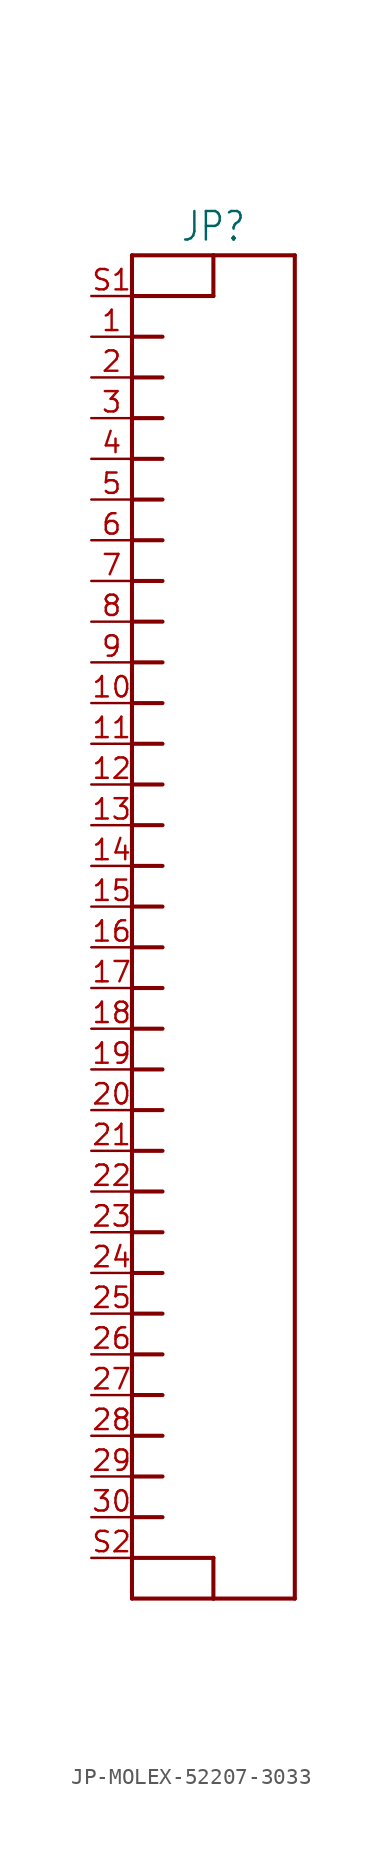
<source format=kicad_sym>
(kicad_symbol_lib
  (version 20231120)
  (generator "kicad_symbol_editor")
  (generator_version "8.0")
  (symbol "JP-MOLEX-52207-3033"
    (property "Reference" "JP"
      (at 2.54 41.402 0)
      (effects (font (size 1.778 1.511)) (justify bottom)))
    (property "Value" ""
      (at 2.54 -43.942 0)
      (effects (font (size 1.778 1.511)) (justify top)))
    (property "ki_locked" ""
      (at 0 0 0)
      (effects (font (size 1.27 1.27))))
    (symbol "JP-MOLEX-52207-3033_1_0"
      (polyline (pts (xy -2.54 -43.18) (xy -2.54 -40.64)) (stroke (width 0.254) (type solid)) (fill (type none)))
      (polyline (pts (xy -2.54 -40.64) (xy -2.54 -38.1)) (stroke (width 0.254) (type solid)) (fill (type none)))
      (polyline (pts (xy -2.54 -40.64) (xy 2.54 -40.64)) (stroke (width 0.254) (type solid)) (fill (type none)))
      (polyline (pts (xy -2.54 -38.1) (xy -2.54 -35.56)) (stroke (width 0.254) (type solid)) (fill (type none)))
      (polyline (pts (xy -2.54 -38.1) (xy -0.635 -38.1)) (stroke (width 0.254) (type solid)) (fill (type none)))
      (polyline (pts (xy -2.54 -35.56) (xy -2.54 -33.02)) (stroke (width 0.254) (type solid)) (fill (type none)))
      (polyline (pts (xy -2.54 -35.56) (xy -0.635 -35.56)) (stroke (width 0.254) (type solid)) (fill (type none)))
      (polyline (pts (xy -2.54 -33.02) (xy -2.54 -30.48)) (stroke (width 0.254) (type solid)) (fill (type none)))
      (polyline (pts (xy -2.54 -33.02) (xy -0.635 -33.02)) (stroke (width 0.254) (type solid)) (fill (type none)))
      (polyline (pts (xy -2.54 -30.48) (xy -2.54 -27.94)) (stroke (width 0.254) (type solid)) (fill (type none)))
      (polyline (pts (xy -2.54 -30.48) (xy -0.635 -30.48)) (stroke (width 0.254) (type solid)) (fill (type none)))
      (polyline (pts (xy -2.54 -27.94) (xy -2.54 -25.4)) (stroke (width 0.254) (type solid)) (fill (type none)))
      (polyline (pts (xy -2.54 -27.94) (xy -0.635 -27.94)) (stroke (width 0.254) (type solid)) (fill (type none)))
      (polyline (pts (xy -2.54 -25.4) (xy -2.54 -22.86)) (stroke (width 0.254) (type solid)) (fill (type none)))
      (polyline (pts (xy -2.54 -25.4) (xy -0.635 -25.4)) (stroke (width 0.254) (type solid)) (fill (type none)))
      (polyline (pts (xy -2.54 -22.86) (xy -2.54 -20.32)) (stroke (width 0.254) (type solid)) (fill (type none)))
      (polyline (pts (xy -2.54 -22.86) (xy -0.635 -22.86)) (stroke (width 0.254) (type solid)) (fill (type none)))
      (polyline (pts (xy -2.54 -20.32) (xy -2.54 -17.78)) (stroke (width 0.254) (type solid)) (fill (type none)))
      (polyline (pts (xy -2.54 -20.32) (xy -0.635 -20.32)) (stroke (width 0.254) (type solid)) (fill (type none)))
      (polyline (pts (xy -2.54 -17.78) (xy -2.54 -15.24)) (stroke (width 0.254) (type solid)) (fill (type none)))
      (polyline (pts (xy -2.54 -17.78) (xy -0.635 -17.78)) (stroke (width 0.254) (type solid)) (fill (type none)))
      (polyline (pts (xy -2.54 -15.24) (xy -2.54 -12.7)) (stroke (width 0.254) (type solid)) (fill (type none)))
      (polyline (pts (xy -2.54 -15.24) (xy -0.635 -15.24)) (stroke (width 0.254) (type solid)) (fill (type none)))
      (polyline (pts (xy -2.54 -12.7) (xy -2.54 -10.16)) (stroke (width 0.254) (type solid)) (fill (type none)))
      (polyline (pts (xy -2.54 -12.7) (xy -0.635 -12.7)) (stroke (width 0.254) (type solid)) (fill (type none)))
      (polyline (pts (xy -2.54 -10.16) (xy -2.54 -7.62)) (stroke (width 0.254) (type solid)) (fill (type none)))
      (polyline (pts (xy -2.54 -10.16) (xy -0.635 -10.16)) (stroke (width 0.254) (type solid)) (fill (type none)))
      (polyline (pts (xy -2.54 -7.62) (xy -2.54 -5.08)) (stroke (width 0.254) (type solid)) (fill (type none)))
      (polyline (pts (xy -2.54 -7.62) (xy -0.635 -7.62)) (stroke (width 0.254) (type solid)) (fill (type none)))
      (polyline (pts (xy -2.54 -5.08) (xy -2.54 -2.54)) (stroke (width 0.254) (type solid)) (fill (type none)))
      (polyline (pts (xy -2.54 -5.08) (xy -0.635 -5.08)) (stroke (width 0.254) (type solid)) (fill (type none)))
      (polyline (pts (xy -2.54 -2.54) (xy -2.54 0)) (stroke (width 0.254) (type solid)) (fill (type none)))
      (polyline (pts (xy -2.54 -2.54) (xy -0.635 -2.54)) (stroke (width 0.254) (type solid)) (fill (type none)))
      (polyline (pts (xy -2.54 0) (xy -2.54 2.54)) (stroke (width 0.254) (type solid)) (fill (type none)))
      (polyline (pts (xy -2.54 0) (xy -0.635 0)) (stroke (width 0.254) (type solid)) (fill (type none)))
      (polyline (pts (xy -2.54 2.54) (xy -2.54 5.08)) (stroke (width 0.254) (type solid)) (fill (type none)))
      (polyline (pts (xy -2.54 2.54) (xy -0.635 2.54)) (stroke (width 0.254) (type solid)) (fill (type none)))
      (polyline (pts (xy -2.54 5.08) (xy -2.54 7.62)) (stroke (width 0.254) (type solid)) (fill (type none)))
      (polyline (pts (xy -2.54 5.08) (xy -0.635 5.08)) (stroke (width 0.254) (type solid)) (fill (type none)))
      (polyline (pts (xy -2.54 7.62) (xy -2.54 10.16)) (stroke (width 0.254) (type solid)) (fill (type none)))
      (polyline (pts (xy -2.54 7.62) (xy -0.635 7.62)) (stroke (width 0.254) (type solid)) (fill (type none)))
      (polyline (pts (xy -2.54 10.16) (xy -2.54 12.7)) (stroke (width 0.254) (type solid)) (fill (type none)))
      (polyline (pts (xy -2.54 10.16) (xy -0.635 10.16)) (stroke (width 0.254) (type solid)) (fill (type none)))
      (polyline (pts (xy -2.54 12.7) (xy -2.54 15.24)) (stroke (width 0.254) (type solid)) (fill (type none)))
      (polyline (pts (xy -2.54 12.7) (xy -0.635 12.7)) (stroke (width 0.254) (type solid)) (fill (type none)))
      (polyline (pts (xy -2.54 15.24) (xy -2.54 17.78)) (stroke (width 0.254) (type solid)) (fill (type none)))
      (polyline (pts (xy -2.54 15.24) (xy -0.635 15.24)) (stroke (width 0.254) (type solid)) (fill (type none)))
      (polyline (pts (xy -2.54 17.78) (xy -2.54 20.32)) (stroke (width 0.254) (type solid)) (fill (type none)))
      (polyline (pts (xy -2.54 17.78) (xy -0.635 17.78)) (stroke (width 0.254) (type solid)) (fill (type none)))
      (polyline (pts (xy -2.54 20.32) (xy -2.54 22.86)) (stroke (width 0.254) (type solid)) (fill (type none)))
      (polyline (pts (xy -2.54 20.32) (xy -0.635 20.32)) (stroke (width 0.254) (type solid)) (fill (type none)))
      (polyline (pts (xy -2.54 22.86) (xy -2.54 25.4)) (stroke (width 0.254) (type solid)) (fill (type none)))
      (polyline (pts (xy -2.54 22.86) (xy -0.635 22.86)) (stroke (width 0.254) (type solid)) (fill (type none)))
      (polyline (pts (xy -2.54 25.4) (xy -2.54 27.94)) (stroke (width 0.254) (type solid)) (fill (type none)))
      (polyline (pts (xy -2.54 25.4) (xy -0.635 25.4)) (stroke (width 0.254) (type solid)) (fill (type none)))
      (polyline (pts (xy -2.54 27.94) (xy -2.54 30.48)) (stroke (width 0.254) (type solid)) (fill (type none)))
      (polyline (pts (xy -2.54 27.94) (xy -0.635 27.94)) (stroke (width 0.254) (type solid)) (fill (type none)))
      (polyline (pts (xy -2.54 30.48) (xy -2.54 33.02)) (stroke (width 0.254) (type solid)) (fill (type none)))
      (polyline (pts (xy -2.54 30.48) (xy -0.635 30.48)) (stroke (width 0.254) (type solid)) (fill (type none)))
      (polyline (pts (xy -2.54 33.02) (xy -2.54 35.56)) (stroke (width 0.254) (type solid)) (fill (type none)))
      (polyline (pts (xy -2.54 33.02) (xy -0.635 33.02)) (stroke (width 0.254) (type solid)) (fill (type none)))
      (polyline (pts (xy -2.54 35.56) (xy -2.54 38.1)) (stroke (width 0.254) (type solid)) (fill (type none)))
      (polyline (pts (xy -2.54 35.56) (xy -0.635 35.56)) (stroke (width 0.254) (type solid)) (fill (type none)))
      (polyline (pts (xy -2.54 38.1) (xy -2.54 40.64)) (stroke (width 0.254) (type solid)) (fill (type none)))
      (polyline (pts (xy -2.54 38.1) (xy 2.54 38.1)) (stroke (width 0.254) (type solid)) (fill (type none)))
      (polyline (pts (xy -2.54 40.64) (xy 2.54 40.64)) (stroke (width 0.254) (type solid)) (fill (type none)))
      (polyline (pts (xy 2.54 -43.18) (xy -2.54 -43.18)) (stroke (width 0.254) (type solid)) (fill (type none)))
      (polyline (pts (xy 2.54 -40.64) (xy 2.54 -43.18)) (stroke (width 0.254) (type solid)) (fill (type none)))
      (polyline (pts (xy 2.54 38.1) (xy 2.54 40.64)) (stroke (width 0.254) (type solid)) (fill (type none)))
      (polyline (pts (xy 2.54 40.64) (xy 7.62 40.64)) (stroke (width 0.254) (type solid)) (fill (type none)))
      (polyline (pts (xy 7.62 -43.18) (xy 2.54 -43.18)) (stroke (width 0.254) (type solid)) (fill (type none)))
      (polyline (pts (xy 7.62 40.64) (xy 7.62 -43.18)) (stroke (width 0.254) (type solid)) (fill (type none)))
      (pin passive line (at -5.08 35.56 0) (length 2.54) (name "1" (effects (font (size 0 0)))) (number "1" (effects (font (size 1.27 1.27)))))
      (pin passive line (at -5.08 12.7 0) (length 2.54) (name "10" (effects (font (size 0 0)))) (number "10" (effects (font (size 1.27 1.27)))))
      (pin passive line (at -5.08 10.16 0) (length 2.54) (name "11" (effects (font (size 0 0)))) (number "11" (effects (font (size 1.27 1.27)))))
      (pin passive line (at -5.08 7.62 0) (length 2.54) (name "12" (effects (font (size 0 0)))) (number "12" (effects (font (size 1.27 1.27)))))
      (pin passive line (at -5.08 5.08 0) (length 2.54) (name "13" (effects (font (size 0 0)))) (number "13" (effects (font (size 1.27 1.27)))))
      (pin passive line (at -5.08 2.54 0) (length 2.54) (name "14" (effects (font (size 0 0)))) (number "14" (effects (font (size 1.27 1.27)))))
      (pin passive line (at -5.08 0 0) (length 2.54) (name "15" (effects (font (size 0 0)))) (number "15" (effects (font (size 1.27 1.27)))))
      (pin passive line (at -5.08 -2.54 0) (length 2.54) (name "16" (effects (font (size 0 0)))) (number "16" (effects (font (size 1.27 1.27)))))
      (pin passive line (at -5.08 -5.08 0) (length 2.54) (name "17" (effects (font (size 0 0)))) (number "17" (effects (font (size 1.27 1.27)))))
      (pin passive line (at -5.08 -7.62 0) (length 2.54) (name "18" (effects (font (size 0 0)))) (number "18" (effects (font (size 1.27 1.27)))))
      (pin passive line (at -5.08 -10.16 0) (length 2.54) (name "19" (effects (font (size 0 0)))) (number "19" (effects (font (size 1.27 1.27)))))
      (pin passive line (at -5.08 33.02 0) (length 2.54) (name "2" (effects (font (size 0 0)))) (number "2" (effects (font (size 1.27 1.27)))))
      (pin passive line (at -5.08 -12.7 0) (length 2.54) (name "20" (effects (font (size 0 0)))) (number "20" (effects (font (size 1.27 1.27)))))
      (pin passive line (at -5.08 -15.24 0) (length 2.54) (name "21" (effects (font (size 0 0)))) (number "21" (effects (font (size 1.27 1.27)))))
      (pin passive line (at -5.08 -17.78 0) (length 2.54) (name "22" (effects (font (size 0 0)))) (number "22" (effects (font (size 1.27 1.27)))))
      (pin passive line (at -5.08 -20.32 0) (length 2.54) (name "23" (effects (font (size 0 0)))) (number "23" (effects (font (size 1.27 1.27)))))
      (pin passive line (at -5.08 -22.86 0) (length 2.54) (name "24" (effects (font (size 0 0)))) (number "24" (effects (font (size 1.27 1.27)))))
      (pin passive line (at -5.08 -25.4 0) (length 2.54) (name "25" (effects (font (size 0 0)))) (number "25" (effects (font (size 1.27 1.27)))))
      (pin passive line (at -5.08 -27.94 0) (length 2.54) (name "26" (effects (font (size 0 0)))) (number "26" (effects (font (size 1.27 1.27)))))
      (pin passive line (at -5.08 -30.48 0) (length 2.54) (name "27" (effects (font (size 0 0)))) (number "27" (effects (font (size 1.27 1.27)))))
      (pin passive line (at -5.08 -33.02 0) (length 2.54) (name "28" (effects (font (size 0 0)))) (number "28" (effects (font (size 1.27 1.27)))))
      (pin passive line (at -5.08 -35.56 0) (length 2.54) (name "29" (effects (font (size 0 0)))) (number "29" (effects (font (size 1.27 1.27)))))
      (pin passive line (at -5.08 30.48 0) (length 2.54) (name "3" (effects (font (size 0 0)))) (number "3" (effects (font (size 1.27 1.27)))))
      (pin passive line (at -5.08 -38.1 0) (length 2.54) (name "30" (effects (font (size 0 0)))) (number "30" (effects (font (size 1.27 1.27)))))
      (pin passive line (at -5.08 27.94 0) (length 2.54) (name "4" (effects (font (size 0 0)))) (number "4" (effects (font (size 1.27 1.27)))))
      (pin passive line (at -5.08 25.4 0) (length 2.54) (name "5" (effects (font (size 0 0)))) (number "5" (effects (font (size 1.27 1.27)))))
      (pin passive line (at -5.08 22.86 0) (length 2.54) (name "6" (effects (font (size 0 0)))) (number "6" (effects (font (size 1.27 1.27)))))
      (pin passive line (at -5.08 20.32 0) (length 2.54) (name "7" (effects (font (size 0 0)))) (number "7" (effects (font (size 1.27 1.27)))))
      (pin passive line (at -5.08 17.78 0) (length 2.54) (name "8" (effects (font (size 0 0)))) (number "8" (effects (font (size 1.27 1.27)))))
      (pin passive line (at -5.08 15.24 0) (length 2.54) (name "9" (effects (font (size 0 0)))) (number "9" (effects (font (size 1.27 1.27)))))
      (pin passive line (at -5.08 38.1 0) (length 2.54) (name "S1" (effects (font (size 0 0)))) (number "S1" (effects (font (size 1.27 1.27)))))
      (pin passive line (at -5.08 -40.64 0) (length 2.54) (name "S2" (effects (font (size 0 0)))) (number "S2" (effects (font (size 1.27 1.27))))))))
</source>
